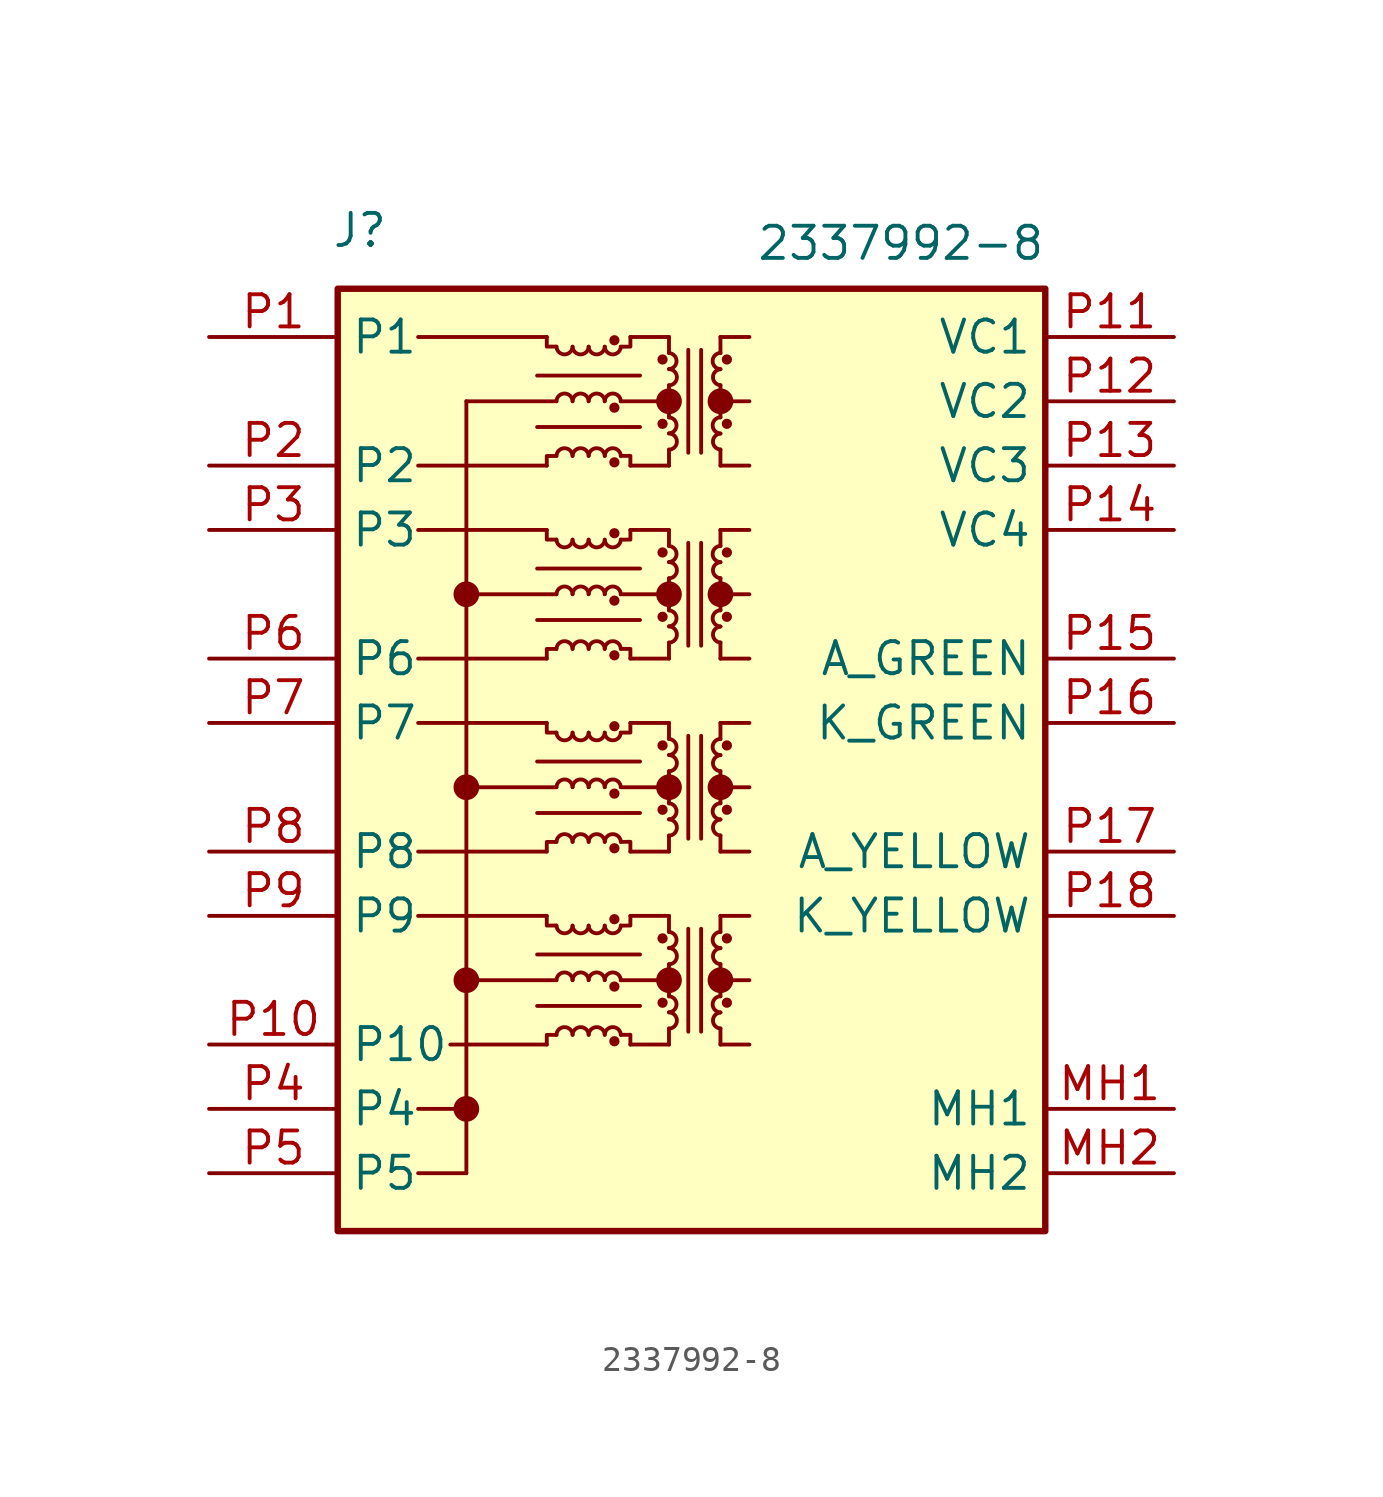
<source format=kicad_sym>
(kicad_symbol_lib
  (version 20231120)
  (generator "kicad_symbol_editor")
  (generator_version "8.0")
  (symbol "2337992-8"
    (property "Reference" "J"
      (at 4.826 4.953 0)
      (effects (font (size 1.27 1.27)) (justify left top)))
    (property "Value" "2337992-8"
      (at 21.59 4.445 0)
      (effects (font (size 1.27 1.27)) (justify left top)))
    (symbol "2337992-8_0_0"
      (circle (center 10.16 -30.48) (radius 0.0001) (stroke (width 0.508) (type default)) (fill (type none)))
      (circle (center 10.16 -25.4) (radius 0.0001) (stroke (width 0.508) (type default)) (fill (type none)))
      (circle (center 10.16 -17.78) (radius 0.0001) (stroke (width 0.508) (type default)) (fill (type none)))
      (circle (center 10.16 -10.16) (radius 0.0001) (stroke (width 0.508) (type default)) (fill (type none)))
      (circle (center 18.161 -25.4) (radius 0.0001) (stroke (width 0.508) (type default)) (fill (type none)))
      (circle (center 18.161 -17.78) (radius 0.0001) (stroke (width 0.508) (type default)) (fill (type none)))
      (circle (center 18.161 -10.16) (radius 0.0001) (stroke (width 0.508) (type default)) (fill (type none)))
      (circle (center 18.161 -2.54) (radius 0.0001) (stroke (width 0.508) (type default)) (fill (type none)))
      (circle (center 20.193 -25.4) (radius 0.0001) (stroke (width 0.508) (type default)) (fill (type none)))
      (circle (center 20.193 -17.78) (radius 0.0001) (stroke (width 0.508) (type default)) (fill (type none)))
      (circle (center 20.193 -10.16) (radius 0.0001) (stroke (width 0.508) (type default)) (fill (type none)))
      (circle (center 20.193 -2.54) (radius 0.0001) (stroke (width 0.508) (type default)) (fill (type none))))
    (symbol "2337992-8_0_1"
      (polyline (pts (xy 10.033 -30.48) (xy 8.255 -30.48)) (stroke (width 0) (type default)) (fill (type none)))
      (polyline (pts (xy 10.16 -33.02) (xy 8.255 -33.02)) (stroke (width 0) (type default)) (fill (type none)))
      (polyline (pts (xy 10.16 -33.02) (xy 10.16 -2.54)) (stroke (width 0) (type default)) (fill (type none)))
      (polyline (pts (xy 13.335 -27.94) (xy 9.525 -27.94)) (stroke (width 0) (type default)) (fill (type none)))
      (polyline (pts (xy 13.335 -22.86) (xy 8.255 -22.86)) (stroke (width 0) (type default)) (fill (type none)))
      (polyline (pts (xy 13.335 -20.32) (xy 8.255 -20.32)) (stroke (width 0) (type default)) (fill (type none)))
      (polyline (pts (xy 13.335 -15.24) (xy 8.255 -15.24)) (stroke (width 0) (type default)) (fill (type none)))
      (polyline (pts (xy 13.335 -12.7) (xy 8.255 -12.7)) (stroke (width 0) (type default)) (fill (type none)))
      (polyline (pts (xy 13.335 -7.62) (xy 8.255 -7.62)) (stroke (width 0) (type default)) (fill (type none)))
      (polyline (pts (xy 13.335 -5.08) (xy 8.255 -5.08)) (stroke (width 0) (type default)) (fill (type none)))
      (polyline (pts (xy 13.335 0) (xy 8.255 0)) (stroke (width 0) (type default)) (fill (type none)))
      (polyline (pts (xy 13.716 -25.4) (xy 10.16 -25.4)) (stroke (width 0) (type default)) (fill (type none)))
      (polyline (pts (xy 13.716 -17.78) (xy 10.16 -17.78)) (stroke (width 0) (type default)) (fill (type none)))
      (polyline (pts (xy 13.716 -10.16) (xy 10.16 -10.16)) (stroke (width 0) (type default)) (fill (type none)))
      (polyline (pts (xy 13.716 -2.54) (xy 10.16 -2.54)) (stroke (width 0) (type default)) (fill (type none)))
      (polyline (pts (xy 16.256 -25.4) (xy 18.161 -25.4)) (stroke (width 0) (type default)) (fill (type none)))
      (polyline (pts (xy 16.256 -17.78) (xy 18.161 -17.78)) (stroke (width 0) (type default)) (fill (type none)))
      (polyline (pts (xy 16.256 -10.16) (xy 18.161 -10.16)) (stroke (width 0) (type default)) (fill (type none)))
      (polyline (pts (xy 16.256 -2.54) (xy 18.161 -2.54)) (stroke (width 0) (type default)) (fill (type none)))
      (polyline (pts (xy 16.637 -27.94) (xy 18.161 -27.94)) (stroke (width 0) (type default)) (fill (type none)))
      (polyline (pts (xy 16.637 -22.86) (xy 18.161 -22.86)) (stroke (width 0) (type default)) (fill (type none)))
      (polyline (pts (xy 16.637 -20.32) (xy 18.161 -20.32)) (stroke (width 0) (type default)) (fill (type none)))
      (polyline (pts (xy 16.637 -15.24) (xy 18.161 -15.24)) (stroke (width 0) (type default)) (fill (type none)))
      (polyline (pts (xy 16.637 -12.7) (xy 18.161 -12.7)) (stroke (width 0) (type default)) (fill (type none)))
      (polyline (pts (xy 16.637 -7.62) (xy 18.161 -7.62)) (stroke (width 0) (type default)) (fill (type none)))
      (polyline (pts (xy 16.637 -5.08) (xy 18.161 -5.08)) (stroke (width 0) (type default)) (fill (type none)))
      (polyline (pts (xy 16.637 0) (xy 18.161 0)) (stroke (width 0) (type default)) (fill (type none)))
      (polyline (pts (xy 17.018 -26.416) (xy 12.954 -26.416)) (stroke (width 0) (type default)) (fill (type none)))
      (polyline (pts (xy 17.018 -24.384) (xy 12.954 -24.384)) (stroke (width 0) (type default)) (fill (type none)))
      (polyline (pts (xy 17.018 -18.796) (xy 12.954 -18.796)) (stroke (width 0) (type default)) (fill (type none)))
      (polyline (pts (xy 17.018 -16.764) (xy 12.954 -16.764)) (stroke (width 0) (type default)) (fill (type none)))
      (polyline (pts (xy 17.018 -11.176) (xy 12.954 -11.176)) (stroke (width 0) (type default)) (fill (type none)))
      (polyline (pts (xy 17.018 -9.144) (xy 12.954 -9.144)) (stroke (width 0) (type default)) (fill (type none)))
      (polyline (pts (xy 17.018 -3.556) (xy 12.954 -3.556)) (stroke (width 0) (type default)) (fill (type none)))
      (polyline (pts (xy 17.018 -1.524) (xy 12.954 -1.524)) (stroke (width 0) (type default)) (fill (type none)))
      (polyline (pts (xy 18.161 -27.94) (xy 18.161 -27.305)) (stroke (width 0) (type default)) (fill (type none)))
      (polyline (pts (xy 18.161 -25.4) (xy 18.161 -26.035)) (stroke (width 0) (type default)) (fill (type none)))
      (polyline (pts (xy 18.161 -25.4) (xy 18.161 -24.765)) (stroke (width 0) (type default)) (fill (type none)))
      (polyline (pts (xy 18.161 -22.86) (xy 18.161 -23.495)) (stroke (width 0) (type default)) (fill (type none)))
      (polyline (pts (xy 18.161 -20.32) (xy 18.161 -19.685)) (stroke (width 0) (type default)) (fill (type none)))
      (polyline (pts (xy 18.161 -17.78) (xy 18.161 -18.415)) (stroke (width 0) (type default)) (fill (type none)))
      (polyline (pts (xy 18.161 -17.78) (xy 18.161 -17.145)) (stroke (width 0) (type default)) (fill (type none)))
      (polyline (pts (xy 18.161 -15.24) (xy 18.161 -15.875)) (stroke (width 0) (type default)) (fill (type none)))
      (polyline (pts (xy 18.161 -12.7) (xy 18.161 -12.065)) (stroke (width 0) (type default)) (fill (type none)))
      (polyline (pts (xy 18.161 -10.16) (xy 18.161 -10.795)) (stroke (width 0) (type default)) (fill (type none)))
      (polyline (pts (xy 18.161 -10.16) (xy 18.161 -9.525)) (stroke (width 0) (type default)) (fill (type none)))
      (polyline (pts (xy 18.161 -7.62) (xy 18.161 -8.255)) (stroke (width 0) (type default)) (fill (type none)))
      (polyline (pts (xy 18.161 -5.08) (xy 18.161 -4.445)) (stroke (width 0) (type default)) (fill (type none)))
      (polyline (pts (xy 18.161 -2.54) (xy 18.161 -3.175)) (stroke (width 0) (type default)) (fill (type none)))
      (polyline (pts (xy 18.161 -2.54) (xy 18.161 -1.905)) (stroke (width 0) (type default)) (fill (type none)))
      (polyline (pts (xy 18.161 0) (xy 18.161 -0.635)) (stroke (width 0) (type default)) (fill (type none)))
      (polyline (pts (xy 18.923 -27.432) (xy 18.923 -23.368)) (stroke (width 0) (type default)) (fill (type none)))
      (polyline (pts (xy 18.923 -19.812) (xy 18.923 -15.748)) (stroke (width 0) (type default)) (fill (type none)))
      (polyline (pts (xy 18.923 -12.192) (xy 18.923 -8.128)) (stroke (width 0) (type default)) (fill (type none)))
      (polyline (pts (xy 18.923 -4.572) (xy 18.923 -0.508)) (stroke (width 0) (type default)) (fill (type none)))
      (polyline (pts (xy 19.431 -27.432) (xy 19.431 -23.368)) (stroke (width 0) (type default)) (fill (type none)))
      (polyline (pts (xy 19.431 -19.812) (xy 19.431 -15.748)) (stroke (width 0) (type default)) (fill (type none)))
      (polyline (pts (xy 19.431 -12.192) (xy 19.431 -8.128)) (stroke (width 0) (type default)) (fill (type none)))
      (polyline (pts (xy 19.431 -4.572) (xy 19.431 -0.508)) (stroke (width 0) (type default)) (fill (type none)))
      (polyline (pts (xy 20.193 -27.94) (xy 20.193 -27.305)) (stroke (width 0) (type default)) (fill (type none)))
      (polyline (pts (xy 20.193 -25.4) (xy 20.193 -26.035)) (stroke (width 0) (type default)) (fill (type none)))
      (polyline (pts (xy 20.193 -25.4) (xy 20.193 -24.765)) (stroke (width 0) (type default)) (fill (type none)))
      (polyline (pts (xy 20.193 -22.86) (xy 20.193 -23.495)) (stroke (width 0) (type default)) (fill (type none)))
      (polyline (pts (xy 20.193 -20.32) (xy 20.193 -19.685)) (stroke (width 0) (type default)) (fill (type none)))
      (polyline (pts (xy 20.193 -17.78) (xy 20.193 -18.415)) (stroke (width 0) (type default)) (fill (type none)))
      (polyline (pts (xy 20.193 -17.78) (xy 20.193 -17.145)) (stroke (width 0) (type default)) (fill (type none)))
      (polyline (pts (xy 20.193 -15.24) (xy 20.193 -15.875)) (stroke (width 0) (type default)) (fill (type none)))
      (polyline (pts (xy 20.193 -12.7) (xy 20.193 -12.065)) (stroke (width 0) (type default)) (fill (type none)))
      (polyline (pts (xy 20.193 -10.16) (xy 20.193 -10.795)) (stroke (width 0) (type default)) (fill (type none)))
      (polyline (pts (xy 20.193 -10.16) (xy 20.193 -9.525)) (stroke (width 0) (type default)) (fill (type none)))
      (polyline (pts (xy 20.193 -7.62) (xy 20.193 -8.255)) (stroke (width 0) (type default)) (fill (type none)))
      (polyline (pts (xy 20.193 -5.08) (xy 20.193 -4.445)) (stroke (width 0) (type default)) (fill (type none)))
      (polyline (pts (xy 20.193 -2.54) (xy 20.193 -3.175)) (stroke (width 0) (type default)) (fill (type none)))
      (polyline (pts (xy 20.193 -2.54) (xy 20.193 -1.905)) (stroke (width 0) (type default)) (fill (type none)))
      (polyline (pts (xy 20.193 0) (xy 20.193 -0.635)) (stroke (width 0) (type default)) (fill (type none)))
      (polyline (pts (xy 21.336 -27.94) (xy 20.193 -27.94)) (stroke (width 0) (type default)) (fill (type none)))
      (polyline (pts (xy 21.336 -25.4) (xy 20.193 -25.4)) (stroke (width 0) (type default)) (fill (type none)))
      (polyline (pts (xy 21.336 -22.86) (xy 20.193 -22.86)) (stroke (width 0) (type default)) (fill (type none)))
      (polyline (pts (xy 21.336 -20.32) (xy 20.193 -20.32)) (stroke (width 0) (type default)) (fill (type none)))
      (polyline (pts (xy 21.336 -17.78) (xy 20.193 -17.78)) (stroke (width 0) (type default)) (fill (type none)))
      (polyline (pts (xy 21.336 -15.24) (xy 20.193 -15.24)) (stroke (width 0) (type default)) (fill (type none)))
      (polyline (pts (xy 21.336 -12.7) (xy 20.193 -12.7)) (stroke (width 0) (type default)) (fill (type none)))
      (polyline (pts (xy 21.336 -10.16) (xy 20.193 -10.16)) (stroke (width 0) (type default)) (fill (type none)))
      (polyline (pts (xy 21.336 -7.62) (xy 20.193 -7.62)) (stroke (width 0) (type default)) (fill (type none)))
      (polyline (pts (xy 21.336 -5.08) (xy 20.193 -5.08)) (stroke (width 0) (type default)) (fill (type none)))
      (polyline (pts (xy 21.336 -2.54) (xy 20.193 -2.54)) (stroke (width 0) (type default)) (fill (type none)))
      (polyline (pts (xy 21.336 0) (xy 20.193 0)) (stroke (width 0) (type default)) (fill (type none)))
      (polyline (pts (xy 13.716 -27.559) (xy 13.335 -27.559) (xy 13.335 -27.94)) (stroke (width 0) (type default)) (fill (type none)))
      (polyline (pts (xy 13.716 -23.241) (xy 13.335 -23.241) (xy 13.335 -22.86)) (stroke (width 0) (type default)) (fill (type none)))
      (polyline (pts (xy 13.716 -19.939) (xy 13.335 -19.939) (xy 13.335 -20.32)) (stroke (width 0) (type default)) (fill (type none)))
      (polyline (pts (xy 13.716 -15.621) (xy 13.335 -15.621) (xy 13.335 -15.24)) (stroke (width 0) (type default)) (fill (type none)))
      (polyline (pts (xy 13.716 -12.319) (xy 13.335 -12.319) (xy 13.335 -12.7)) (stroke (width 0) (type default)) (fill (type none)))
      (polyline (pts (xy 13.716 -8.001) (xy 13.335 -8.001) (xy 13.335 -7.62)) (stroke (width 0) (type default)) (fill (type none)))
      (polyline (pts (xy 13.716 -4.699) (xy 13.335 -4.699) (xy 13.335 -5.08)) (stroke (width 0) (type default)) (fill (type none)))
      (polyline (pts (xy 13.716 -0.381) (xy 13.335 -0.381) (xy 13.335 0)) (stroke (width 0) (type default)) (fill (type none)))
      (polyline (pts (xy 16.259 -27.556) (xy 16.637 -27.555) (xy 16.637 -27.94)) (stroke (width 0) (type default)) (fill (type none)))
      (polyline (pts (xy 16.259 -23.244) (xy 16.637 -23.241) (xy 16.637 -22.86)) (stroke (width 0) (type default)) (fill (type none)))
      (polyline (pts (xy 16.259 -19.936) (xy 16.637 -19.935) (xy 16.637 -20.32)) (stroke (width 0) (type default)) (fill (type none)))
      (polyline (pts (xy 16.259 -15.624) (xy 16.637 -15.621) (xy 16.637 -15.24)) (stroke (width 0) (type default)) (fill (type none)))
      (polyline (pts (xy 16.259 -12.316) (xy 16.637 -12.315) (xy 16.637 -12.7)) (stroke (width 0) (type default)) (fill (type none)))
      (polyline (pts (xy 16.259 -8.004) (xy 16.637 -8.001) (xy 16.637 -7.62)) (stroke (width 0) (type default)) (fill (type none)))
      (polyline (pts (xy 16.259 -4.696) (xy 16.637 -4.695) (xy 16.637 -5.08)) (stroke (width 0) (type default)) (fill (type none)))
      (polyline (pts (xy 16.259 -0.384) (xy 16.637 -0.381) (xy 16.637 0)) (stroke (width 0) (type default)) (fill (type none)))
      (arc (start 13.7185 -23.2441) (mid 14.036 -23.5492) (end 14.3535 -23.2441) (stroke (width 0) (type default)) (fill (type none)))
      (arc (start 13.7185 -15.6241) (mid 14.036 -15.9292) (end 14.3535 -15.6241) (stroke (width 0) (type default)) (fill (type none)))
      (arc (start 13.7185 -8.0041) (mid 14.036 -8.3092) (end 14.3535 -8.0041) (stroke (width 0) (type default)) (fill (type none)))
      (arc (start 13.7185 -0.3841) (mid 14.036 -0.6892) (end 14.3535 -0.3841) (stroke (width 0) (type default)) (fill (type none)))
      (arc (start 14.3535 -27.5559) (mid 14.036 -27.2508) (end 13.7185 -27.5559) (stroke (width 0) (type default)) (fill (type none)))
      (arc (start 14.3535 -25.3969) (mid 14.036 -25.0918) (end 13.7185 -25.3969) (stroke (width 0) (type default)) (fill (type none)))
      (arc (start 14.3535 -23.2441) (mid 14.671 -23.5492) (end 14.9885 -23.2441) (stroke (width 0) (type default)) (fill (type none)))
      (arc (start 14.3535 -19.9359) (mid 14.036 -19.6308) (end 13.7185 -19.9359) (stroke (width 0) (type default)) (fill (type none)))
      (arc (start 14.3535 -17.7769) (mid 14.036 -17.4718) (end 13.7185 -17.7769) (stroke (width 0) (type default)) (fill (type none)))
      (arc (start 14.3535 -15.6241) (mid 14.671 -15.9292) (end 14.9885 -15.6241) (stroke (width 0) (type default)) (fill (type none)))
      (arc (start 14.3535 -12.3159) (mid 14.036 -12.0108) (end 13.7185 -12.3159) (stroke (width 0) (type default)) (fill (type none)))
      (arc (start 14.3535 -10.1569) (mid 14.036 -9.8518) (end 13.7185 -10.1569) (stroke (width 0) (type default)) (fill (type none)))
      (arc (start 14.3535 -8.0041) (mid 14.671 -8.3092) (end 14.9885 -8.0041) (stroke (width 0) (type default)) (fill (type none)))
      (arc (start 14.3535 -4.6959) (mid 14.036 -4.3908) (end 13.7185 -4.6959) (stroke (width 0) (type default)) (fill (type none)))
      (arc (start 14.3535 -2.5369) (mid 14.036 -2.2318) (end 13.7185 -2.5369) (stroke (width 0) (type default)) (fill (type none)))
      (arc (start 14.3535 -0.3841) (mid 14.671 -0.6892) (end 14.9885 -0.3841) (stroke (width 0) (type default)) (fill (type none)))
      (arc (start 14.9885 -27.5559) (mid 14.671 -27.2508) (end 14.3535 -27.5559) (stroke (width 0) (type default)) (fill (type none)))
      (arc (start 14.9885 -25.3969) (mid 14.671 -25.0918) (end 14.3535 -25.3969) (stroke (width 0) (type default)) (fill (type none)))
      (arc (start 14.9885 -23.2441) (mid 15.306 -23.5492) (end 15.6235 -23.2441) (stroke (width 0) (type default)) (fill (type none)))
      (arc (start 14.9885 -19.9359) (mid 14.671 -19.6308) (end 14.3535 -19.9359) (stroke (width 0) (type default)) (fill (type none)))
      (arc (start 14.9885 -17.7769) (mid 14.671 -17.4718) (end 14.3535 -17.7769) (stroke (width 0) (type default)) (fill (type none)))
      (arc (start 14.9885 -15.6241) (mid 15.306 -15.9292) (end 15.6235 -15.6241) (stroke (width 0) (type default)) (fill (type none)))
      (arc (start 14.9885 -12.3159) (mid 14.671 -12.0108) (end 14.3535 -12.3159) (stroke (width 0) (type default)) (fill (type none)))
      (arc (start 14.9885 -10.1569) (mid 14.671 -9.8518) (end 14.3535 -10.1569) (stroke (width 0) (type default)) (fill (type none)))
      (arc (start 14.9885 -8.0041) (mid 15.306 -8.3092) (end 15.6235 -8.0041) (stroke (width 0) (type default)) (fill (type none)))
      (arc (start 14.9885 -4.6959) (mid 14.671 -4.3908) (end 14.3535 -4.6959) (stroke (width 0) (type default)) (fill (type none)))
      (arc (start 14.9885 -2.5369) (mid 14.671 -2.2318) (end 14.3535 -2.5369) (stroke (width 0) (type default)) (fill (type none)))
      (arc (start 14.9885 -0.3841) (mid 15.306 -0.6892) (end 15.6235 -0.3841) (stroke (width 0) (type default)) (fill (type none)))
      (arc (start 15.6235 -27.5559) (mid 15.306 -27.2508) (end 14.9885 -27.5559) (stroke (width 0) (type default)) (fill (type none)))
      (arc (start 15.6235 -25.3969) (mid 15.306 -25.0918) (end 14.9885 -25.3969) (stroke (width 0) (type default)) (fill (type none)))
      (arc (start 15.6235 -23.2441) (mid 15.941 -23.5492) (end 16.2585 -23.2441) (stroke (width 0) (type default)) (fill (type none)))
      (arc (start 15.6235 -19.9359) (mid 15.306 -19.6308) (end 14.9885 -19.9359) (stroke (width 0) (type default)) (fill (type none)))
      (arc (start 15.6235 -17.7769) (mid 15.306 -17.4718) (end 14.9885 -17.7769) (stroke (width 0) (type default)) (fill (type none)))
      (arc (start 15.6235 -15.6241) (mid 15.941 -15.9292) (end 16.2585 -15.6241) (stroke (width 0) (type default)) (fill (type none)))
      (arc (start 15.6235 -12.3159) (mid 15.306 -12.0108) (end 14.9885 -12.3159) (stroke (width 0) (type default)) (fill (type none)))
      (arc (start 15.6235 -10.1569) (mid 15.306 -9.8518) (end 14.9885 -10.1569) (stroke (width 0) (type default)) (fill (type none)))
      (arc (start 15.6235 -8.0041) (mid 15.941 -8.3092) (end 16.2585 -8.0041) (stroke (width 0) (type default)) (fill (type none)))
      (arc (start 15.6235 -4.6959) (mid 15.306 -4.3908) (end 14.9885 -4.6959) (stroke (width 0) (type default)) (fill (type none)))
      (arc (start 15.6235 -2.5369) (mid 15.306 -2.2318) (end 14.9885 -2.5369) (stroke (width 0) (type default)) (fill (type none)))
      (arc (start 15.6235 -0.3841) (mid 15.941 -0.6892) (end 16.2585 -0.3841) (stroke (width 0) (type default)) (fill (type none)))
      (circle (center 16.005 -27.81) (radius 0.127) (stroke (width 0) (type default)) (fill (type outline)))
      (circle (center 16.005 -25.651) (radius 0.127) (stroke (width 0) (type default)) (fill (type outline)))
      (circle (center 16.005 -22.99) (radius 0.127) (stroke (width 0) (type default)) (fill (type outline)))
      (circle (center 16.005 -20.19) (radius 0.127) (stroke (width 0) (type default)) (fill (type outline)))
      (circle (center 16.005 -18.031) (radius 0.127) (stroke (width 0) (type default)) (fill (type outline)))
      (circle (center 16.005 -15.37) (radius 0.127) (stroke (width 0) (type default)) (fill (type outline)))
      (circle (center 16.005 -12.57) (radius 0.127) (stroke (width 0) (type default)) (fill (type outline)))
      (circle (center 16.005 -10.411) (radius 0.127) (stroke (width 0) (type default)) (fill (type outline)))
      (circle (center 16.005 -7.75) (radius 0.127) (stroke (width 0) (type default)) (fill (type outline)))
      (circle (center 16.005 -4.95) (radius 0.127) (stroke (width 0) (type default)) (fill (type outline)))
      (circle (center 16.005 -2.791) (radius 0.127) (stroke (width 0) (type default)) (fill (type outline)))
      (circle (center 16.005 -0.13) (radius 0.127) (stroke (width 0) (type default)) (fill (type outline)))
      (arc (start 16.2585 -27.5559) (mid 15.941 -27.2508) (end 15.6235 -27.5559) (stroke (width 0) (type default)) (fill (type none)))
      (arc (start 16.2585 -25.3969) (mid 15.941 -25.0918) (end 15.6235 -25.3969) (stroke (width 0) (type default)) (fill (type none)))
      (arc (start 16.2585 -19.9359) (mid 15.941 -19.6308) (end 15.6235 -19.9359) (stroke (width 0) (type default)) (fill (type none)))
      (arc (start 16.2585 -17.7769) (mid 15.941 -17.4718) (end 15.6235 -17.7769) (stroke (width 0) (type default)) (fill (type none)))
      (arc (start 16.2585 -12.3159) (mid 15.941 -12.0108) (end 15.6235 -12.3159) (stroke (width 0) (type default)) (fill (type none)))
      (arc (start 16.2585 -10.1569) (mid 15.941 -9.8518) (end 15.6235 -10.1569) (stroke (width 0) (type default)) (fill (type none)))
      (arc (start 16.2585 -4.6959) (mid 15.941 -4.3908) (end 15.6235 -4.6959) (stroke (width 0) (type default)) (fill (type none)))
      (arc (start 16.2585 -2.5369) (mid 15.941 -2.2318) (end 15.6235 -2.5369) (stroke (width 0) (type default)) (fill (type none)))
      (circle (center 17.907 -26.289) (radius 0.127) (stroke (width 0) (type default)) (fill (type outline)))
      (circle (center 17.907 -23.749) (radius 0.127) (stroke (width 0) (type default)) (fill (type outline)))
      (circle (center 17.907 -18.669) (radius 0.127) (stroke (width 0) (type default)) (fill (type outline)))
      (circle (center 17.907 -16.129) (radius 0.127) (stroke (width 0) (type default)) (fill (type outline)))
      (circle (center 17.907 -11.049) (radius 0.127) (stroke (width 0) (type default)) (fill (type outline)))
      (circle (center 17.907 -8.509) (radius 0.127) (stroke (width 0) (type default)) (fill (type outline)))
      (circle (center 17.907 -3.429) (radius 0.127) (stroke (width 0) (type default)) (fill (type outline)))
      (circle (center 17.907 -0.889) (radius 0.127) (stroke (width 0) (type default)) (fill (type outline)))
      (arc (start 18.161 -27.305) (mid 18.4652 -26.9899) (end 18.161 -26.67) (stroke (width 0) (type default)) (fill (type none)))
      (arc (start 18.161 -26.67) (mid 18.4702 -26.3501) (end 18.161 -26.035) (stroke (width 0) (type default)) (fill (type none)))
      (arc (start 18.161 -24.765) (mid 18.4652 -24.4499) (end 18.161 -24.13) (stroke (width 0) (type default)) (fill (type none)))
      (arc (start 18.161 -24.13) (mid 18.4702 -23.8101) (end 18.161 -23.495) (stroke (width 0) (type default)) (fill (type none)))
      (arc (start 18.161 -19.685) (mid 18.4652 -19.3699) (end 18.161 -19.05) (stroke (width 0) (type default)) (fill (type none)))
      (arc (start 18.161 -19.05) (mid 18.4702 -18.7301) (end 18.161 -18.415) (stroke (width 0) (type default)) (fill (type none)))
      (arc (start 18.161 -17.145) (mid 18.4652 -16.8299) (end 18.161 -16.51) (stroke (width 0) (type default)) (fill (type none)))
      (arc (start 18.161 -16.51) (mid 18.4702 -16.1901) (end 18.161 -15.875) (stroke (width 0) (type default)) (fill (type none)))
      (arc (start 18.161 -12.065) (mid 18.4652 -11.7499) (end 18.161 -11.43) (stroke (width 0) (type default)) (fill (type none)))
      (arc (start 18.161 -11.43) (mid 18.4702 -11.1101) (end 18.161 -10.795) (stroke (width 0) (type default)) (fill (type none)))
      (arc (start 18.161 -9.525) (mid 18.4652 -9.2099) (end 18.161 -8.89) (stroke (width 0) (type default)) (fill (type none)))
      (arc (start 18.161 -8.89) (mid 18.4702 -8.5701) (end 18.161 -8.255) (stroke (width 0) (type default)) (fill (type none)))
      (arc (start 18.161 -4.445) (mid 18.4661 -4.1275) (end 18.161 -3.81) (stroke (width 0) (type default)) (fill (type none)))
      (arc (start 18.161 -3.81) (mid 18.4661 -3.4925) (end 18.161 -3.175) (stroke (width 0) (type default)) (fill (type none)))
      (arc (start 18.161 -1.905) (mid 18.4661 -1.5875) (end 18.161 -1.27) (stroke (width 0) (type default)) (fill (type none)))
      (arc (start 18.161 -1.27) (mid 18.4661 -0.9525) (end 18.161 -0.635) (stroke (width 0) (type default)) (fill (type none)))
      (arc (start 20.193 -26.67) (mid 19.8895 -26.9899) (end 20.193 -27.305) (stroke (width 0) (type default)) (fill (type none)))
      (arc (start 20.193 -26.035) (mid 19.8945 -26.3501) (end 20.193 -26.67) (stroke (width 0) (type default)) (fill (type none)))
      (arc (start 20.193 -24.13) (mid 19.8895 -24.4499) (end 20.193 -24.765) (stroke (width 0) (type default)) (fill (type none)))
      (arc (start 20.193 -23.495) (mid 19.8945 -23.8101) (end 20.193 -24.13) (stroke (width 0) (type default)) (fill (type none)))
      (arc (start 20.193 -19.05) (mid 19.8895 -19.3699) (end 20.193 -19.685) (stroke (width 0) (type default)) (fill (type none)))
      (arc (start 20.193 -18.415) (mid 19.8945 -18.7301) (end 20.193 -19.05) (stroke (width 0) (type default)) (fill (type none)))
      (arc (start 20.193 -16.51) (mid 19.8895 -16.8299) (end 20.193 -17.145) (stroke (width 0) (type default)) (fill (type none)))
      (arc (start 20.193 -15.875) (mid 19.8945 -16.1901) (end 20.193 -16.51) (stroke (width 0) (type default)) (fill (type none)))
      (arc (start 20.193 -11.43) (mid 19.8895 -11.7499) (end 20.193 -12.065) (stroke (width 0) (type default)) (fill (type none)))
      (arc (start 20.193 -10.795) (mid 19.8945 -11.1101) (end 20.193 -11.43) (stroke (width 0) (type default)) (fill (type none)))
      (arc (start 20.193 -8.89) (mid 19.8895 -9.2099) (end 20.193 -9.525) (stroke (width 0) (type default)) (fill (type none)))
      (arc (start 20.193 -8.255) (mid 19.8945 -8.5701) (end 20.193 -8.89) (stroke (width 0) (type default)) (fill (type none)))
      (arc (start 20.193 -3.81) (mid 19.8879 -4.1275) (end 20.193 -4.445) (stroke (width 0) (type default)) (fill (type none)))
      (arc (start 20.193 -3.175) (mid 19.8879 -3.4925) (end 20.193 -3.81) (stroke (width 0) (type default)) (fill (type none)))
      (arc (start 20.193 -1.27) (mid 19.8879 -1.5875) (end 20.193 -1.905) (stroke (width 0) (type default)) (fill (type none)))
      (arc (start 20.193 -0.635) (mid 19.8879 -0.9525) (end 20.193 -1.27) (stroke (width 0) (type default)) (fill (type none)))
      (circle (center 20.447 -26.289) (radius 0.127) (stroke (width 0) (type default)) (fill (type outline)))
      (circle (center 20.447 -23.749) (radius 0.127) (stroke (width 0) (type default)) (fill (type outline)))
      (circle (center 20.447 -18.669) (radius 0.127) (stroke (width 0) (type default)) (fill (type outline)))
      (circle (center 20.447 -16.129) (radius 0.127) (stroke (width 0) (type default)) (fill (type outline)))
      (circle (center 20.447 -11.049) (radius 0.127) (stroke (width 0) (type default)) (fill (type outline)))
      (circle (center 20.447 -8.509) (radius 0.127) (stroke (width 0) (type default)) (fill (type outline)))
      (circle (center 20.447 -3.429) (radius 0.127) (stroke (width 0) (type default)) (fill (type outline)))
      (circle (center 20.447 -0.889) (radius 0.127) (stroke (width 0) (type default)) (fill (type outline))))
    (symbol "2337992-8_1_1"
      (rectangle (start 5.08 1.905) (end 33.02 -35.306) (stroke (width 0.254) (type default)) (fill (type background)))
      (pin passive line (at 38.1 -30.48 180) (length 5.08) (name "MH1" (effects (font (size 1.27 1.27)))) (number "MH1" (effects (font (size 1.27 1.27)))))
      (pin passive line (at 38.1 -33.02 180) (length 5.08) (name "MH2" (effects (font (size 1.27 1.27)))) (number "MH2" (effects (font (size 1.27 1.27)))))
      (pin passive line (at 0 0 0) (length 5.08) (name "P1" (effects (font (size 1.27 1.27)))) (number "P1" (effects (font (size 1.27 1.27)))))
      (pin passive line (at 0 -27.94 0) (length 5.08) (name "P10" (effects (font (size 1.27 1.27)))) (number "P10" (effects (font (size 1.27 1.27)))))
      (pin passive line (at 38.1 0 180) (length 5.08) (name "VC1" (effects (font (size 1.27 1.27)))) (number "P11" (effects (font (size 1.27 1.27)))))
      (pin passive line (at 38.1 -2.54 180) (length 5.08) (name "VC2" (effects (font (size 1.27 1.27)))) (number "P12" (effects (font (size 1.27 1.27)))))
      (pin passive line (at 38.1 -5.08 180) (length 5.08) (name "VC3" (effects (font (size 1.27 1.27)))) (number "P13" (effects (font (size 1.27 1.27)))))
      (pin passive line (at 38.1 -7.62 180) (length 5.08) (name "VC4" (effects (font (size 1.27 1.27)))) (number "P14" (effects (font (size 1.27 1.27)))))
      (pin passive line (at 38.1 -12.7 180) (length 5.08) (name "A_GREEN" (effects (font (size 1.27 1.27)))) (number "P15" (effects (font (size 1.27 1.27)))))
      (pin passive line (at 38.1 -15.24 180) (length 5.08) (name "K_GREEN" (effects (font (size 1.27 1.27)))) (number "P16" (effects (font (size 1.27 1.27)))))
      (pin passive line (at 38.1 -20.32 180) (length 5.08) (name "A_YELLOW" (effects (font (size 1.27 1.27)))) (number "P17" (effects (font (size 1.27 1.27)))))
      (pin passive line (at 38.1 -22.86 180) (length 5.08) (name "K_YELLOW" (effects (font (size 1.27 1.27)))) (number "P18" (effects (font (size 1.27 1.27)))))
      (pin passive line (at 0 -5.08 0) (length 5.08) (name "P2" (effects (font (size 1.27 1.27)))) (number "P2" (effects (font (size 1.27 1.27)))))
      (pin passive line (at 0 -7.62 0) (length 5.08) (name "P3" (effects (font (size 1.27 1.27)))) (number "P3" (effects (font (size 1.27 1.27)))))
      (pin passive line (at 0 -30.48 0) (length 5.08) (name "P4" (effects (font (size 1.27 1.27)))) (number "P4" (effects (font (size 1.27 1.27)))))
      (pin passive line (at 0 -33.02 0) (length 5.08) (name "P5" (effects (font (size 1.27 1.27)))) (number "P5" (effects (font (size 1.27 1.27)))))
      (pin passive line (at 0 -12.7 0) (length 5.08) (name "P6" (effects (font (size 1.27 1.27)))) (number "P6" (effects (font (size 1.27 1.27)))))
      (pin passive line (at 0 -15.24 0) (length 5.08) (name "P7" (effects (font (size 1.27 1.27)))) (number "P7" (effects (font (size 1.27 1.27)))))
      (pin passive line (at 0 -20.32 0) (length 5.08) (name "P8" (effects (font (size 1.27 1.27)))) (number "P8" (effects (font (size 1.27 1.27)))))
      (pin passive line (at 0 -22.86 0) (length 5.08) (name "P9" (effects (font (size 1.27 1.27)))) (number "P9" (effects (font (size 1.27 1.27))))))))
</source>
